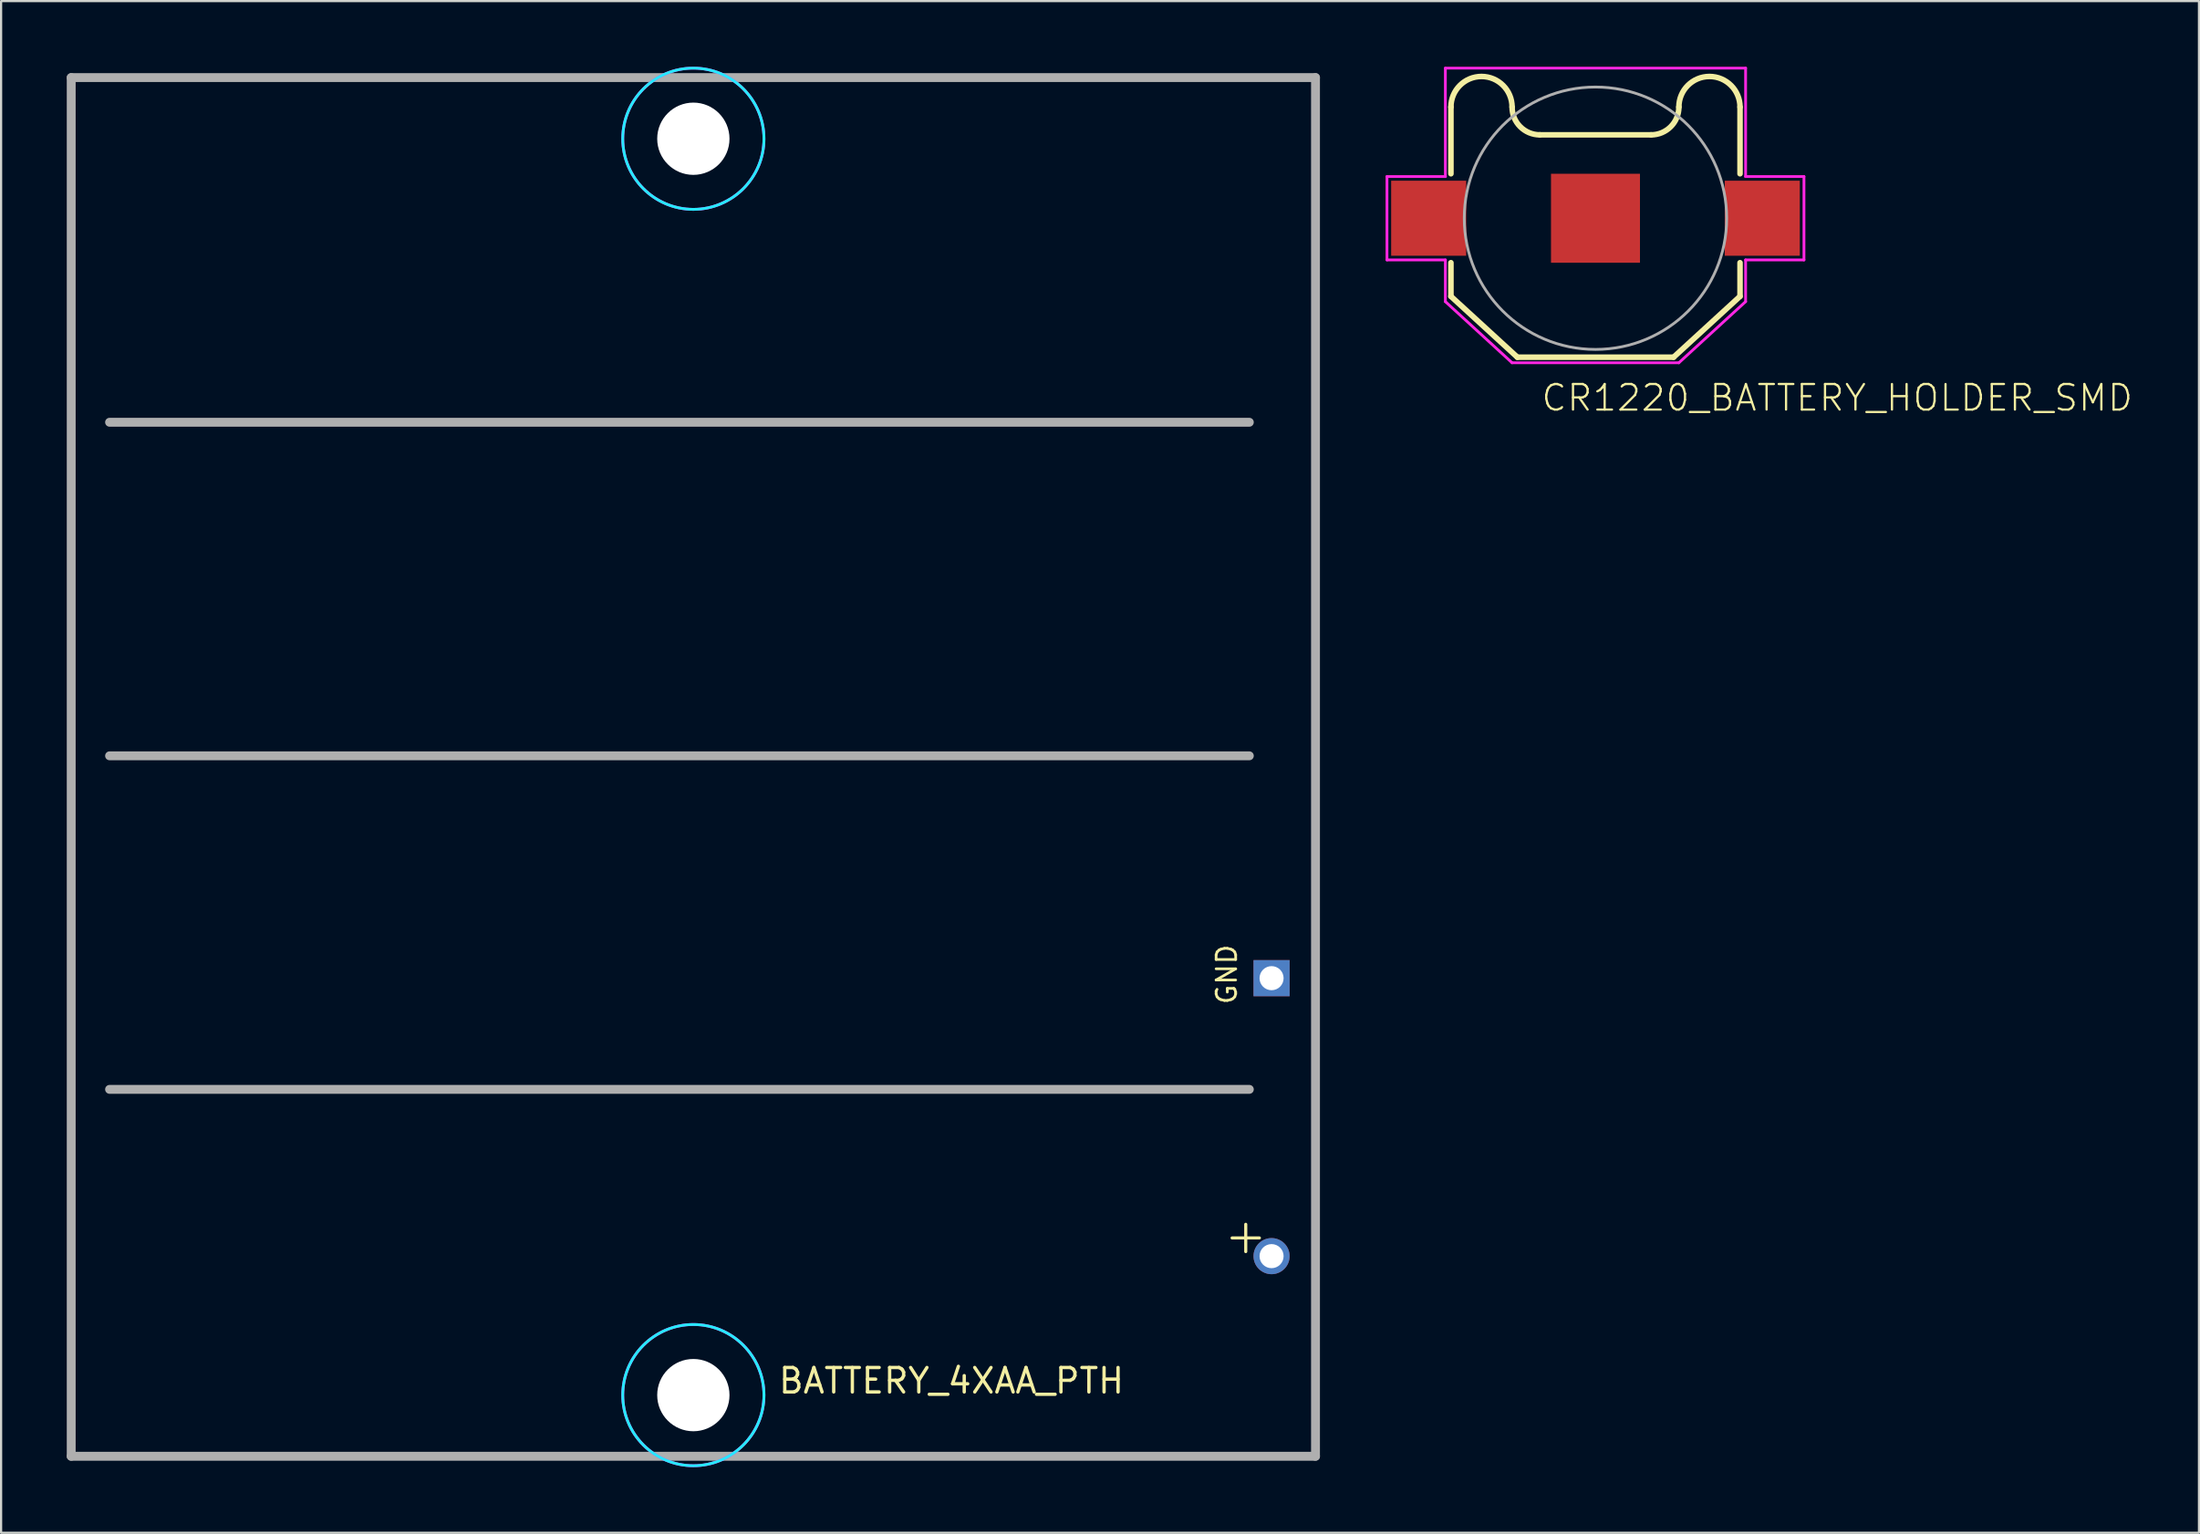
<source format=kicad_pcb>
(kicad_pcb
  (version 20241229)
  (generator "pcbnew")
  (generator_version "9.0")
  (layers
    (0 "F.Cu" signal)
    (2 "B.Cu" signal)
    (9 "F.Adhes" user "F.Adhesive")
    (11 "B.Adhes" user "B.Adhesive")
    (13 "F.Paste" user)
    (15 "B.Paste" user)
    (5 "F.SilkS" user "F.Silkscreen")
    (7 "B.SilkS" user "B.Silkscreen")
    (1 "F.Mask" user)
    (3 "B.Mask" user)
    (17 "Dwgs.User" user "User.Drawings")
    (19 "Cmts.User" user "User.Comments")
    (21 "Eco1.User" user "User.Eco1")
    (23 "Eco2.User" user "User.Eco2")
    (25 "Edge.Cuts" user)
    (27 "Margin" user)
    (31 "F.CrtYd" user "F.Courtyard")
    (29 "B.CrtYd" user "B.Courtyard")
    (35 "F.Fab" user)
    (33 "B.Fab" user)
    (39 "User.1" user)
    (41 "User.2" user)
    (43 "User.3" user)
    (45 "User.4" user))
  (footprint "BATTERY_4XAA_PTH"
    (layer "F.Cu")
    (at 28.626 60.693)
    (property "Reference" "BATTERY_4XAA_PTH" (at 3.81 0 0) (layer "F.SilkS") (effects (font (size 1.118 1.118) (thickness 0.152)) (justify left bottom)))
    (fp_circle (center 0 -57.404) (end 3.226 -57.404) (stroke (width 0.127) (type solid)) (fill no) (layer "B.CrtYd"))
    (fp_circle (center 0 0) (end 3.226 0) (stroke (width 0.127) (type solid)) (fill no) (layer "B.CrtYd"))
    (fp_circle (center 0 -57.404) (end 3.226 -57.404) (stroke (width 0.127) (type solid)) (fill no) (layer "F.CrtYd"))
    (fp_circle (center 0 0) (end 3.226 0) (stroke (width 0.127) (type solid)) (fill no) (layer "F.CrtYd"))
    (fp_line (start -28.423 -60.198) (end -28.423 2.794) (stroke (width 0.406) (type solid)) (layer "F.Fab"))
    (fp_line (start -28.423 2.794) (end 28.423 2.794) (stroke (width 0.406) (type solid)) (layer "F.Fab"))
    (fp_line (start -26.67 -44.45) (end 25.4 -44.45) (stroke (width 0.406) (type solid)) (layer "F.Fab"))
    (fp_line (start -26.67 -29.21) (end 25.4 -29.21) (stroke (width 0.406) (type solid)) (layer "F.Fab"))
    (fp_line (start -26.67 -13.97) (end 25.4 -13.97) (stroke (width 0.406) (type solid)) (layer "F.Fab"))
    (fp_line (start 28.423 -60.198) (end -28.423 -60.198) (stroke (width 0.406) (type solid)) (layer "F.Fab"))
    (fp_line (start 28.423 2.794) (end 28.423 -60.198) (stroke (width 0.406) (type solid)) (layer "F.Fab"))
    (fp_text user "GND" (at 24.892 -17.78 90) (layer "F.SilkS") (effects (font (size 0.894 0.894) (thickness 0.122)) (justify left bottom)))
    (fp_text user "+" (at 24.13 -6.35 0) (layer "F.SilkS") (effects (font (size 1.636 1.636) (thickness 0.142)) (justify left bottom)))
    (pad "" np_thru_hole circle (at 0 -57.404) (size 3.302 3.302) (drill 3.302) (layers "*.Cu" "*.Mask"))
    (pad "" np_thru_hole circle (at 0 0) (size 3.302 3.302) (drill 3.302) (layers "*.Cu" "*.Mask"))
    (pad "GND" thru_hole rect (at 26.416 -19.05) (size 1.65 1.65) (drill 1.1) (layers "*.Cu" "*.Mask"))
    (pad "VBAT" thru_hole circle (at 26.416 -6.35) (size 1.65 1.65) (drill 1.1) (layers "*.Cu" "*.Mask"))
    (zone (net_name "") (layer "F.Cu") (hatch edge 0.508) (connect_pads) (min_thickness 0.254) (filled_areas_thickness no) (keepout (tracks not_allowed) (vias not_allowed) (pads not_allowed) (copperpour not_allowed) (footprints allowed)) (placement (enabled no)) (fill) (polygon (pts (xy 30.404 3.289) (xy 30.377 2.981) (xy 30.297 2.681) (xy 30.166 2.4) (xy 29.988 2.146) (xy 29.769 1.927) (xy 29.515 1.75) (xy 29.234 1.619) (xy 28.935 1.538) (xy 28.626 1.511) (xy 28.317 1.538) (xy 28.018 1.619) (xy 27.737 1.75) (xy 27.483 1.927) (xy 27.264 2.146) (xy 27.086 2.4) (xy 26.955 2.681) (xy 26.875 2.981) (xy 26.848 3.289) (xy 26.875 3.598) (xy 26.955 3.897) (xy 27.086 4.178) (xy 27.264 4.432) (xy 27.483 4.651) (xy 27.737 4.829) (xy 28.018 4.96) (xy 28.317 5.04) (xy 28.626 5.067) (xy 28.935 5.04) (xy 29.234 4.96) (xy 29.515 4.829) (xy 29.769 4.651) (xy 29.988 4.432) (xy 30.166 4.178) (xy 30.297 3.897) (xy 30.377 3.598))) (polygon (pts (xy 27.102 3.289) (xy 27.125 3.554) (xy 27.194 3.811) (xy 27.306 4.051) (xy 27.458 4.269) (xy 27.646 4.457) (xy 27.864 4.609) (xy 28.105 4.721) (xy 28.361 4.79) (xy 28.626 4.813) (xy 28.89 4.79) (xy 29.147 4.721) (xy 29.388 4.609) (xy 29.605 4.457) (xy 29.793 4.269) (xy 29.946 4.051) (xy 30.058 3.811) (xy 30.127 3.554) (xy 30.15 3.289) (xy 30.127 3.025) (xy 30.058 2.768) (xy 29.946 2.527) (xy 29.793 2.31) (xy 29.605 2.122) (xy 29.388 1.969) (xy 29.147 1.857) (xy 28.89 1.788) (xy 28.626 1.765) (xy 28.361 1.788) (xy 28.105 1.857) (xy 27.864 1.969) (xy 27.646 2.122) (xy 27.458 2.31) (xy 27.306 2.527) (xy 27.194 2.768) (xy 27.125 3.025))))
    (zone (net_name "") (layer "F.Cu") (hatch edge 0.508) (connect_pads) (min_thickness 0.254) (filled_areas_thickness no) (keepout (tracks not_allowed) (vias not_allowed) (pads not_allowed) (copperpour not_allowed) (footprints allowed)) (placement (enabled no)) (fill) (polygon (pts (xy 30.404 60.693) (xy 30.377 60.385) (xy 30.297 60.085) (xy 30.166 59.804) (xy 29.988 59.55) (xy 29.769 59.331) (xy 29.515 59.154) (xy 29.234 59.023) (xy 28.935 58.942) (xy 28.626 58.915) (xy 28.317 58.942) (xy 28.018 59.023) (xy 27.737 59.154) (xy 27.483 59.331) (xy 27.264 59.55) (xy 27.086 59.804) (xy 26.955 60.085) (xy 26.875 60.385) (xy 26.848 60.693) (xy 26.875 61.002) (xy 26.955 61.301) (xy 27.086 61.582) (xy 27.264 61.836) (xy 27.483 62.055) (xy 27.737 62.233) (xy 28.018 62.364) (xy 28.317 62.444) (xy 28.626 62.471) (xy 28.935 62.444) (xy 29.234 62.364) (xy 29.515 62.233) (xy 29.769 62.055) (xy 29.988 61.836) (xy 30.166 61.582) (xy 30.297 61.301) (xy 30.377 61.002))) (polygon (pts (xy 27.102 60.693) (xy 27.125 60.958) (xy 27.194 61.215) (xy 27.306 61.455) (xy 27.458 61.673) (xy 27.646 61.861) (xy 27.864 62.013) (xy 28.105 62.125) (xy 28.361 62.194) (xy 28.626 62.217) (xy 28.89 62.194) (xy 29.147 62.125) (xy 29.388 62.013) (xy 29.605 61.861) (xy 29.793 61.673) (xy 29.946 61.455) (xy 30.058 61.215) (xy 30.127 60.958) (xy 30.15 60.693) (xy 30.127 60.429) (xy 30.058 60.172) (xy 29.946 59.931) (xy 29.793 59.714) (xy 29.605 59.526) (xy 29.388 59.373) (xy 29.147 59.261) (xy 28.89 59.192) (xy 28.626 59.169) (xy 28.361 59.192) (xy 28.105 59.261) (xy 27.864 59.373) (xy 27.646 59.526) (xy 27.458 59.714) (xy 27.306 59.931) (xy 27.194 60.172) (xy 27.125 60.429))))
    (zone (net_name "") (layer "B.Cu") (hatch edge 0.508) (connect_pads) (min_thickness 0.254) (filled_areas_thickness no) (keepout (tracks not_allowed) (vias not_allowed) (pads not_allowed) (copperpour not_allowed) (footprints allowed)) (placement (enabled no)) (fill) (polygon (pts (xy 30.404 3.289) (xy 30.377 2.981) (xy 30.297 2.681) (xy 30.166 2.4) (xy 29.988 2.146) (xy 29.769 1.927) (xy 29.515 1.75) (xy 29.234 1.619) (xy 28.935 1.538) (xy 28.626 1.511) (xy 28.317 1.538) (xy 28.018 1.619) (xy 27.737 1.75) (xy 27.483 1.927) (xy 27.264 2.146) (xy 27.086 2.4) (xy 26.955 2.681) (xy 26.875 2.981) (xy 26.848 3.289) (xy 26.875 3.598) (xy 26.955 3.897) (xy 27.086 4.178) (xy 27.264 4.432) (xy 27.483 4.651) (xy 27.737 4.829) (xy 28.018 4.96) (xy 28.317 5.04) (xy 28.626 5.067) (xy 28.935 5.04) (xy 29.234 4.96) (xy 29.515 4.829) (xy 29.769 4.651) (xy 29.988 4.432) (xy 30.166 4.178) (xy 30.297 3.897) (xy 30.377 3.598))) (polygon (pts (xy 27.102 3.289) (xy 27.125 3.554) (xy 27.194 3.811) (xy 27.306 4.051) (xy 27.458 4.269) (xy 27.646 4.457) (xy 27.864 4.609) (xy 28.105 4.721) (xy 28.361 4.79) (xy 28.626 4.813) (xy 28.89 4.79) (xy 29.147 4.721) (xy 29.388 4.609) (xy 29.605 4.457) (xy 29.793 4.269) (xy 29.946 4.051) (xy 30.058 3.811) (xy 30.127 3.554) (xy 30.15 3.289) (xy 30.127 3.025) (xy 30.058 2.768) (xy 29.946 2.527) (xy 29.793 2.31) (xy 29.605 2.122) (xy 29.388 1.969) (xy 29.147 1.857) (xy 28.89 1.788) (xy 28.626 1.765) (xy 28.361 1.788) (xy 28.105 1.857) (xy 27.864 1.969) (xy 27.646 2.122) (xy 27.458 2.31) (xy 27.306 2.527) (xy 27.194 2.768) (xy 27.125 3.025))))
    (zone (net_name "") (layer "B.Cu") (hatch edge 0.508) (connect_pads) (min_thickness 0.254) (filled_areas_thickness no) (keepout (tracks not_allowed) (vias not_allowed) (pads not_allowed) (copperpour not_allowed) (footprints allowed)) (placement (enabled no)) (fill) (polygon (pts (xy 30.404 60.693) (xy 30.377 60.385) (xy 30.297 60.085) (xy 30.166 59.804) (xy 29.988 59.55) (xy 29.769 59.331) (xy 29.515 59.154) (xy 29.234 59.023) (xy 28.935 58.942) (xy 28.626 58.915) (xy 28.317 58.942) (xy 28.018 59.023) (xy 27.737 59.154) (xy 27.483 59.331) (xy 27.264 59.55) (xy 27.086 59.804) (xy 26.955 60.085) (xy 26.875 60.385) (xy 26.848 60.693) (xy 26.875 61.002) (xy 26.955 61.301) (xy 27.086 61.582) (xy 27.264 61.836) (xy 27.483 62.055) (xy 27.737 62.233) (xy 28.018 62.364) (xy 28.317 62.444) (xy 28.626 62.471) (xy 28.935 62.444) (xy 29.234 62.364) (xy 29.515 62.233) (xy 29.769 62.055) (xy 29.988 61.836) (xy 30.166 61.582) (xy 30.297 61.301) (xy 30.377 61.002))) (polygon (pts (xy 27.102 60.693) (xy 27.125 60.958) (xy 27.194 61.215) (xy 27.306 61.455) (xy 27.458 61.673) (xy 27.646 61.861) (xy 27.864 62.013) (xy 28.105 62.125) (xy 28.361 62.194) (xy 28.626 62.217) (xy 28.89 62.194) (xy 29.147 62.125) (xy 29.388 62.013) (xy 29.605 61.861) (xy 29.793 61.673) (xy 29.946 61.455) (xy 30.058 61.215) (xy 30.127 60.958) (xy 30.15 60.693) (xy 30.127 60.429) (xy 30.058 60.172) (xy 29.946 59.931) (xy 29.793 59.714) (xy 29.605 59.526) (xy 29.388 59.373) (xy 29.147 59.261) (xy 28.89 59.192) (xy 28.626 59.169) (xy 28.361 59.192) (xy 28.105 59.261) (xy 27.864 59.373) (xy 27.646 59.526) (xy 27.458 59.714) (xy 27.306 59.931) (xy 27.194 60.172) (xy 27.125 60.429)))))
  (footprint "CR1220_BATTERY_HOLDER_SMD"
    (layer "F.Cu")
    (at 69.84 6.921)
    (property "Reference" "CR1220_BATTERY_HOLDER_SMD" (at -2.54 8.89 0) (layer "F.SilkS") (effects (font (size 1.168 1.168) (thickness 0.102)) (justify left bottom)))
    (fp_line (start -6.604 -2.032) (end -6.604 -5.08) (stroke (width 0.254) (type solid)) (layer "F.SilkS"))
    (fp_line (start -6.604 2.032) (end -6.604 3.569) (stroke (width 0.254) (type solid)) (layer "F.SilkS"))
    (fp_line (start -6.604 3.569) (end -3.569 6.35) (stroke (width 0.254) (type solid)) (layer "F.SilkS"))
    (fp_line (start -3.569 6.35) (end 3.569 6.35) (stroke (width 0.254) (type solid)) (layer "F.SilkS"))
    (fp_line (start -2.54 -3.81) (end 2.54 -3.81) (stroke (width 0.254) (type solid)) (layer "F.SilkS"))
    (fp_line (start 3.569 6.35) (end 6.604 3.569) (stroke (width 0.254) (type solid)) (layer "F.SilkS"))
    (fp_line (start 6.604 -2.032) (end 6.604 -5.08) (stroke (width 0.254) (type solid)) (layer "F.SilkS"))
    (fp_line (start 6.604 2.032) (end 6.604 3.569) (stroke (width 0.254) (type solid)) (layer "F.SilkS"))
    (fp_arc (start -6.604 -5.08) (mid -5.207 -6.477) (end -3.81 -5.08) (stroke (width 0.254) (type solid)) (layer "F.SilkS"))
    (fp_arc (start -2.54 -3.81) (mid -3.438026 -4.181974) (end -3.81 -5.08) (stroke (width 0.254) (type solid)) (layer "F.SilkS"))
    (fp_arc (start 3.81 -5.08) (mid 3.438026 -4.181974) (end 2.54 -3.81) (stroke (width 0.254) (type solid)) (layer "F.SilkS"))
    (fp_arc (start 3.81 -5.08) (mid 5.207 -6.477) (end 6.604 -5.08) (stroke (width 0.254) (type solid)) (layer "F.SilkS"))
    (fp_line (start -9.525 -1.905) (end -9.525 1.905) (stroke (width 0.127) (type solid)) (layer "F.CrtYd"))
    (fp_line (start -9.525 1.905) (end -6.858 1.905) (stroke (width 0.127) (type solid)) (layer "F.CrtYd"))
    (fp_line (start -6.858 -6.858) (end -6.858 -1.905) (stroke (width 0.127) (type solid)) (layer "F.CrtYd"))
    (fp_line (start -6.858 -1.905) (end -9.525 -1.905) (stroke (width 0.127) (type solid)) (layer "F.CrtYd"))
    (fp_line (start -6.858 1.905) (end -6.858 3.81) (stroke (width 0.127) (type solid)) (layer "F.CrtYd"))
    (fp_line (start -6.858 3.81) (end -3.81 6.604) (stroke (width 0.127) (type solid)) (layer "F.CrtYd"))
    (fp_line (start -3.81 6.604) (end 3.81 6.604) (stroke (width 0.127) (type solid)) (layer "F.CrtYd"))
    (fp_line (start 3.81 6.604) (end 6.858 3.81) (stroke (width 0.127) (type solid)) (layer "F.CrtYd"))
    (fp_line (start 6.858 -6.858) (end -6.858 -6.858) (stroke (width 0.127) (type solid)) (layer "F.CrtYd"))
    (fp_line (start 6.858 -1.905) (end 6.858 -6.858) (stroke (width 0.127) (type solid)) (layer "F.CrtYd"))
    (fp_line (start 6.858 1.905) (end 9.525 1.905) (stroke (width 0.127) (type solid)) (layer "F.CrtYd"))
    (fp_line (start 6.858 3.81) (end 6.858 1.905) (stroke (width 0.127) (type solid)) (layer "F.CrtYd"))
    (fp_line (start 9.525 -1.905) (end 6.858 -1.905) (stroke (width 0.127) (type solid)) (layer "F.CrtYd"))
    (fp_line (start 9.525 1.905) (end 9.525 -1.905) (stroke (width 0.127) (type solid)) (layer "F.CrtYd"))
    (fp_circle (center 0 0) (end 5.994 0) (stroke (width 0.127) (type solid)) (fill no) (layer "F.Fab"))
    (pad "GND" smd rect (at 0 0) (size 4.064 4.064) (layers "F.Cu" "F.Mask" "F.Paste"))
    (pad "P$1" smd rect (at -7.62 0) (size 3.429 3.429) (layers "F.Cu" "F.Mask" "F.Paste"))
    (pad "P$2" smd rect (at 7.62 0) (size 3.429 3.429) (layers "F.Cu" "F.Mask" "F.Paste")))
  (gr_rect
    (start -3 -3)
    (end 97.411 66.983)
    (stroke (width 0.1) (type default))
    (fill no)
    (layer "Edge.Cuts")))
</source>
